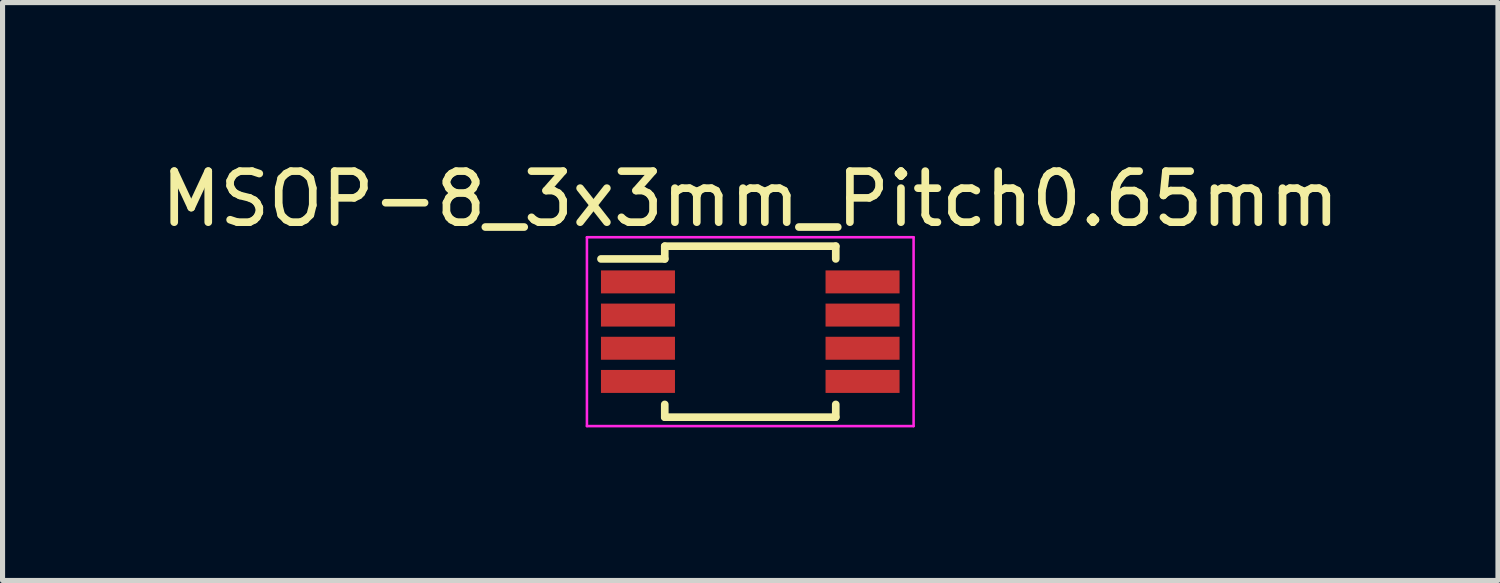
<source format=kicad_pcb>
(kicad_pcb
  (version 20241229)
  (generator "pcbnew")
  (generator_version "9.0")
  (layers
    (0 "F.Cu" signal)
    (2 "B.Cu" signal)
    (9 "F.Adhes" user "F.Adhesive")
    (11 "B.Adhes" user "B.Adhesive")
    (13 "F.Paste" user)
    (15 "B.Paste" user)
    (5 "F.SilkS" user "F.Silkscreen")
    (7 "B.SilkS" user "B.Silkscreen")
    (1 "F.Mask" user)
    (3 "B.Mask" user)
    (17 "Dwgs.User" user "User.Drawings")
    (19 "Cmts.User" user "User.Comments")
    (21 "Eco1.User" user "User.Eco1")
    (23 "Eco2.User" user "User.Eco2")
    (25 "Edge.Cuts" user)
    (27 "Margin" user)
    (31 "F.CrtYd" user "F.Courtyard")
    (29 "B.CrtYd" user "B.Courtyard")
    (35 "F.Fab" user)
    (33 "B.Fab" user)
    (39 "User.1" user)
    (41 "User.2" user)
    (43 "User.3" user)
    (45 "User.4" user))
  (footprint "MSOP-8_3x3mm_Pitch0.65mm"
    (layer "F.Cu")
    (at 11.649 3.448)
    (property "Reference" "MSOP-8_3x3mm_Pitch0.65mm" (at 0 -2.6 0) (layer "F.SilkS") (effects (font (size 1 1) (thickness 0.15))))
    (attr smd)
    (fp_line (start -1.675 -1.675) (end -1.675 -1.425) (stroke (width 0.15) (type solid)) (layer "F.SilkS"))
    (fp_line (start -1.675 -1.675) (end 1.675 -1.675) (stroke (width 0.15) (type solid)) (layer "F.SilkS"))
    (fp_line (start -1.675 -1.425) (end -2.925 -1.425) (stroke (width 0.15) (type solid)) (layer "F.SilkS"))
    (fp_line (start -1.675 1.675) (end -1.675 1.425) (stroke (width 0.15) (type solid)) (layer "F.SilkS"))
    (fp_line (start -1.675 1.675) (end 1.675 1.675) (stroke (width 0.15) (type solid)) (layer "F.SilkS"))
    (fp_line (start 1.675 -1.675) (end 1.675 -1.425) (stroke (width 0.15) (type solid)) (layer "F.SilkS"))
    (fp_line (start 1.675 1.675) (end 1.675 1.425) (stroke (width 0.15) (type solid)) (layer "F.SilkS"))
    (fp_line (start -3.2 -1.85) (end -3.2 1.85) (stroke (width 0.05) (type solid)) (layer "F.CrtYd"))
    (fp_line (start -3.2 -1.85) (end 3.2 -1.85) (stroke (width 0.05) (type solid)) (layer "F.CrtYd"))
    (fp_line (start -3.2 1.85) (end 3.2 1.85) (stroke (width 0.05) (type solid)) (layer "F.CrtYd"))
    (fp_line (start 3.2 -1.85) (end 3.2 1.85) (stroke (width 0.05) (type solid)) (layer "F.CrtYd"))
    (pad "1" smd rect (at -2.2 -0.975) (size 1.45 0.45) (layers "F.Cu" "F.Mask" "F.Paste"))
    (pad "2" smd rect (at -2.2 -0.325) (size 1.45 0.45) (layers "F.Cu" "F.Mask" "F.Paste"))
    (pad "3" smd rect (at -2.2 0.325) (size 1.45 0.45) (layers "F.Cu" "F.Mask" "F.Paste"))
    (pad "4" smd rect (at -2.2 0.975) (size 1.45 0.45) (layers "F.Cu" "F.Mask" "F.Paste"))
    (pad "5" smd rect (at 2.2 0.975) (size 1.45 0.45) (layers "F.Cu" "F.Mask" "F.Paste"))
    (pad "6" smd rect (at 2.2 0.325) (size 1.45 0.45) (layers "F.Cu" "F.Mask" "F.Paste"))
    (pad "7" smd rect (at 2.2 -0.325) (size 1.45 0.45) (layers "F.Cu" "F.Mask" "F.Paste"))
    (pad "8" smd rect (at 2.2 -0.975) (size 1.45 0.45) (layers "F.Cu" "F.Mask" "F.Paste")))
  (gr_rect
    (start -3 -3)
    (end 26.298 8.323)
    (stroke (width 0.1) (type default))
    (fill no)
    (layer "Edge.Cuts")))
</source>
